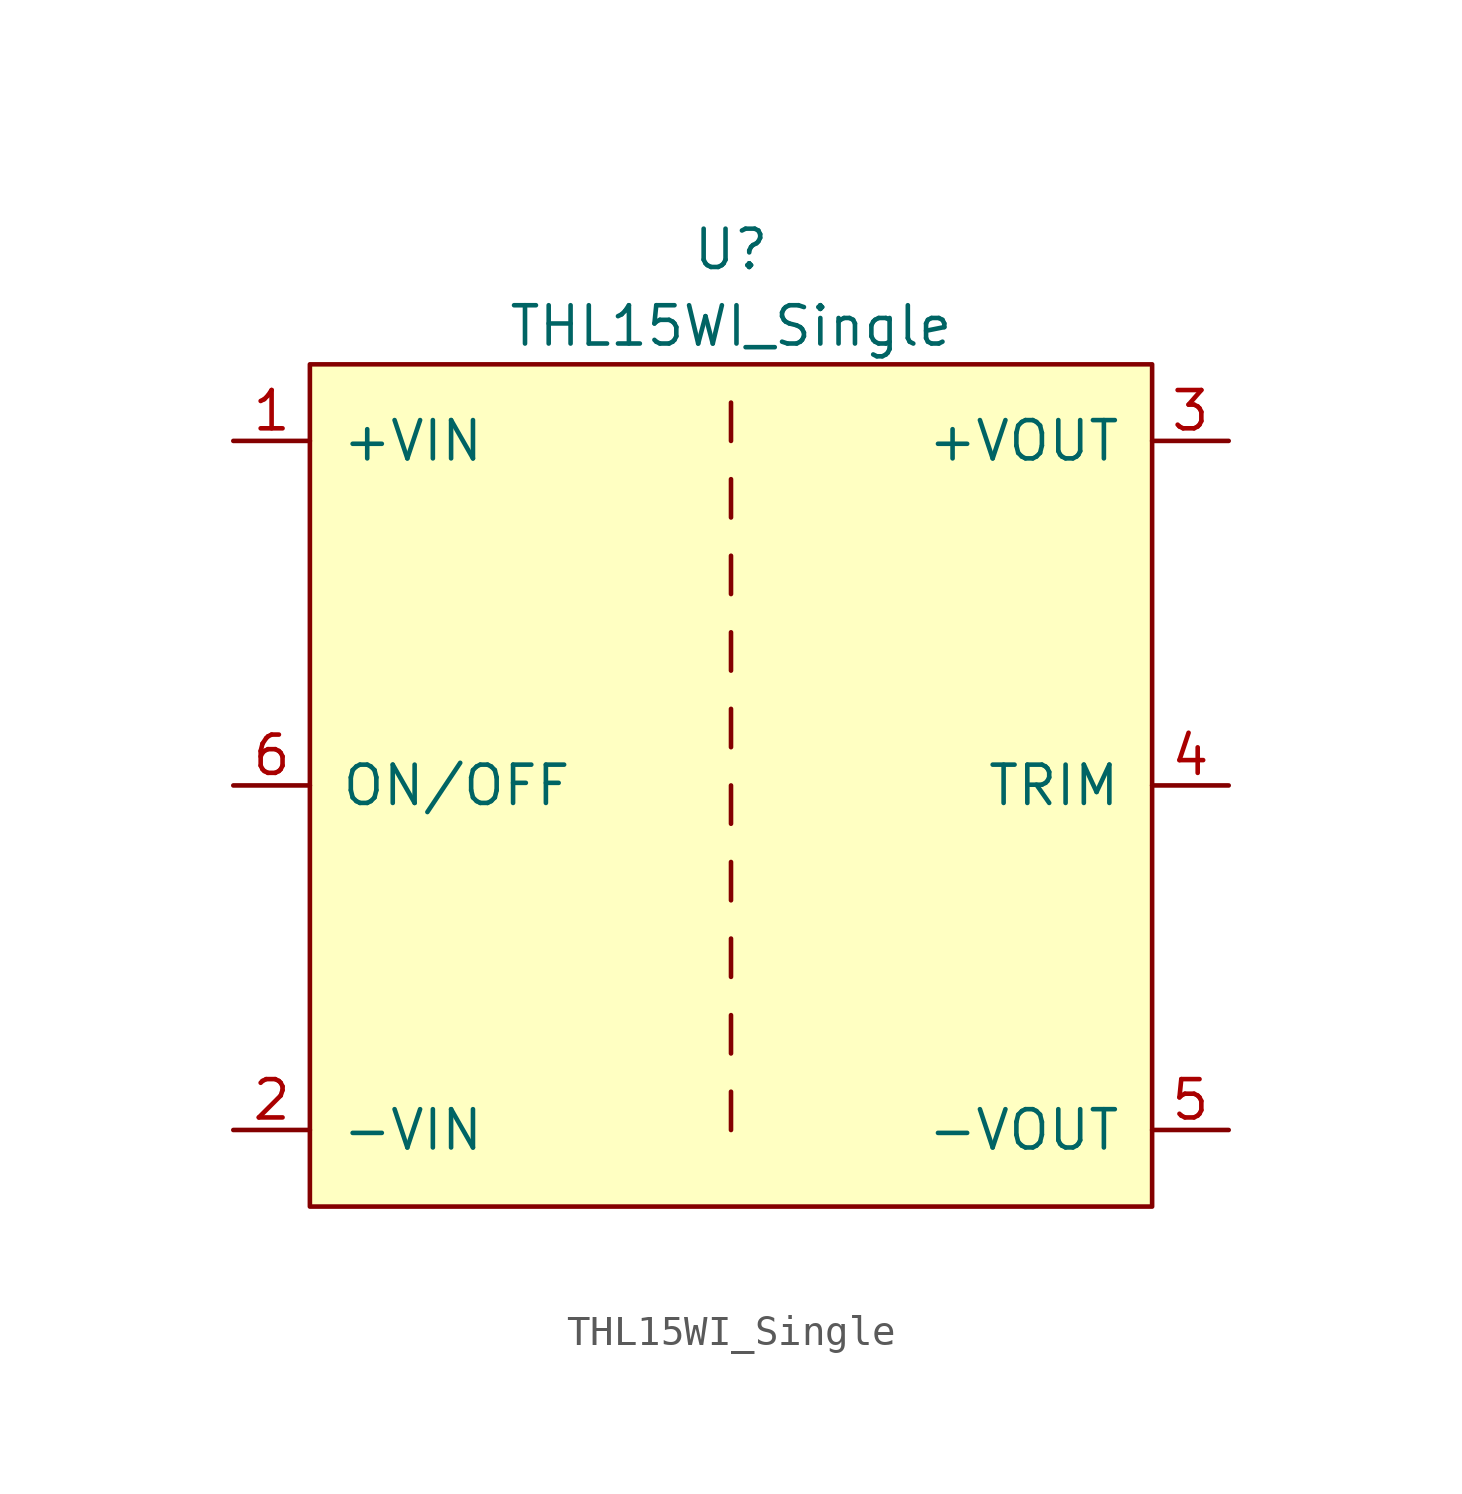
<source format=kicad_sym>
(kicad_symbol_lib
  (version 20220914)
  (generator kicad_symbol_editor)
  (symbol "THL15WI_Single"
    (pin_names
      (offset 1.016))
    (property "Reference" "U"
      (at 0 17.78 0)
      (effects (font (size 1.27 1.27))))
    (property "Value" "THL15WI_Single"
      (at 0 15.24 0)
      (effects (font (size 1.27 1.27))))
    (symbol "THL15WI_Single_0_1"
      (rectangle (start -13.97 13.97) (end 13.97 -13.97) (stroke (width 0) (type solid)) (fill (type background)))
      (polyline (pts (xy 0 -10.16) (xy 0 -11.43)) (stroke (width 0) (type solid)) (fill (type none)))
      (polyline (pts (xy 0 -7.62) (xy 0 -8.89)) (stroke (width 0) (type solid)) (fill (type none)))
      (polyline (pts (xy 0 -5.08) (xy 0 -6.35)) (stroke (width 0) (type solid)) (fill (type none)))
      (polyline (pts (xy 0 -2.54) (xy 0 -3.81)) (stroke (width 0) (type solid)) (fill (type none)))
      (polyline (pts (xy 0 0) (xy 0 -1.27)) (stroke (width 0) (type solid)) (fill (type none)))
      (polyline (pts (xy 0 2.54) (xy 0 1.27)) (stroke (width 0) (type solid)) (fill (type none)))
      (polyline (pts (xy 0 5.08) (xy 0 3.81)) (stroke (width 0) (type solid)) (fill (type none)))
      (polyline (pts (xy 0 7.62) (xy 0 6.35)) (stroke (width 0) (type solid)) (fill (type none)))
      (polyline (pts (xy 0 10.16) (xy 0 8.89)) (stroke (width 0) (type solid)) (fill (type none)))
      (polyline (pts (xy 0 12.7) (xy 0 11.43)) (stroke (width 0) (type solid)) (fill (type none))))
    (symbol "THL15WI_Single_1_1"
      (pin passive line (at -16.51 11.43 0) (length 2.54) (name "+VIN" (effects (font (size 1.27 1.27)))) (number "1" (effects (font (size 1.27 1.27)))))
      (pin passive line (at -16.51 -11.43 0) (length 2.54) (name "-VIN" (effects (font (size 1.27 1.27)))) (number "2" (effects (font (size 1.27 1.27)))))
      (pin passive line (at 16.51 11.43 180) (length 2.54) (name "+VOUT" (effects (font (size 1.27 1.27)))) (number "3" (effects (font (size 1.27 1.27)))))
      (pin passive line (at 16.51 0 180) (length 2.54) (name "TRIM" (effects (font (size 1.27 1.27)))) (number "4" (effects (font (size 1.27 1.27)))))
      (pin passive line (at 16.51 -11.43 180) (length 2.54) (name "-VOUT" (effects (font (size 1.27 1.27)))) (number "5" (effects (font (size 1.27 1.27)))))
      (pin passive line (at -16.51 0 0) (length 2.54) (name "ON/OFF" (effects (font (size 1.27 1.27)))) (number "6" (effects (font (size 1.27 1.27))))))))
</source>
